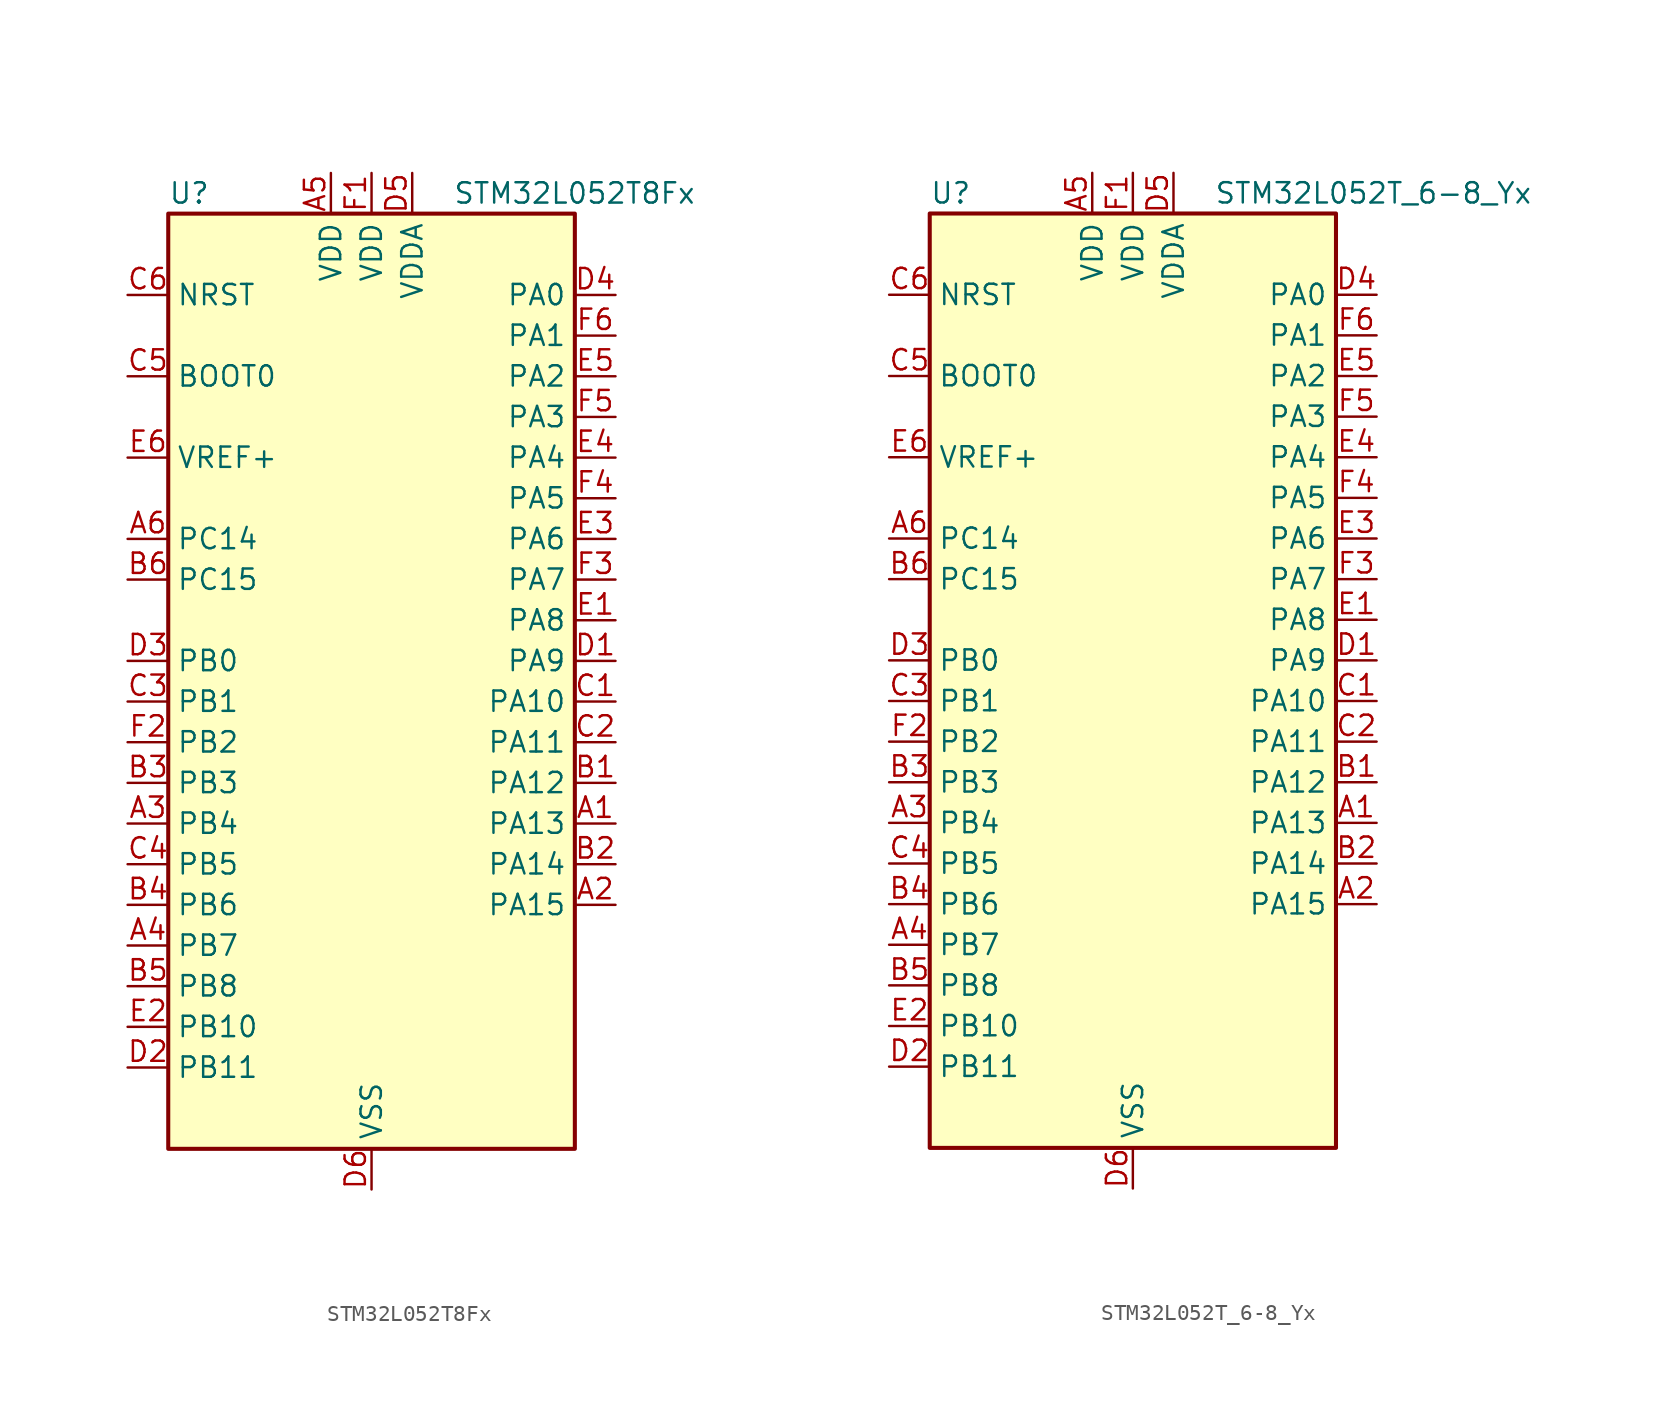
<source format=kicad_sym>
(kicad_symbol_lib
  (version 20241209)
  (generator "kicad_symbol_editor")
  (generator_version "9.0")
  (symbol "STM32L052T8Fx"
    (property "Reference" "U"
      (at -12.7 31.75 0)
      (effects (font (size 1.27 1.27)) (justify left)))
    (property "Value" "STM32L052T8Fx"
      (at 5.08 31.75 0)
      (effects (font (size 1.27 1.27)) (justify left)))
    (symbol "STM32L052T8Fx_0_1"
      (rectangle (start -12.7 -27.94) (end 12.7 30.48) (stroke (width 0.254) (type default)) (fill (type background))))
    (symbol "STM32L052T8Fx_1_1"
      (pin input line (at -15.24 25.4 0) (length 2.54) (name "NRST" (effects (font (size 1.27 1.27)))) (number "C6" (effects (font (size 1.27 1.27)))))
      (pin input line (at -15.24 20.32 0) (length 2.54) (name "BOOT0" (effects (font (size 1.27 1.27)))) (number "C5" (effects (font (size 1.27 1.27)))))
      (pin input line (at -15.24 15.24 0) (length 2.54) (name "VREF+" (effects (font (size 1.27 1.27)))) (number "E6" (effects (font (size 1.27 1.27)))))
      (pin bidirectional line (at -15.24 10.16 0) (length 2.54) (name "PC14" (effects (font (size 1.27 1.27)))) (number "A6" (effects (font (size 1.27 1.27)))) (alternate "RCC_OSC32_IN" bidirectional line))
      (pin bidirectional line (at -15.24 7.62 0) (length 2.54) (name "PC15" (effects (font (size 1.27 1.27)))) (number "B6" (effects (font (size 1.27 1.27)))) (alternate "RCC_OSC32_OUT" bidirectional line))
      (pin bidirectional line (at -15.24 2.54 0) (length 2.54) (name "PB0" (effects (font (size 1.27 1.27)))) (number "D3" (effects (font (size 1.27 1.27)))) (alternate "ADC_IN8" bidirectional line) (alternate "SYS_VREF_OUT_PB0" bidirectional line) (alternate "TSC_G3_IO2" bidirectional line))
      (pin bidirectional line (at -15.24 0 0) (length 2.54) (name "PB1" (effects (font (size 1.27 1.27)))) (number "C3" (effects (font (size 1.27 1.27)))) (alternate "ADC_IN9" bidirectional line) (alternate "LPUART1_DE" bidirectional line) (alternate "LPUART1_RTS" bidirectional line) (alternate "SYS_VREF_OUT_PB1" bidirectional line) (alternate "TSC_G3_IO3" bidirectional line))
      (pin bidirectional line (at -15.24 -2.54 0) (length 2.54) (name "PB2" (effects (font (size 1.27 1.27)))) (number "F2" (effects (font (size 1.27 1.27)))) (alternate "LPTIM1_OUT" bidirectional line) (alternate "TSC_G3_IO4" bidirectional line))
      (pin bidirectional line (at -15.24 -5.08 0) (length 2.54) (name "PB3" (effects (font (size 1.27 1.27)))) (number "B3" (effects (font (size 1.27 1.27)))) (alternate "COMP2_INM" bidirectional line) (alternate "SPI1_SCK" bidirectional line) (alternate "TIM2_CH2" bidirectional line) (alternate "TSC_G5_IO1" bidirectional line))
      (pin bidirectional line (at -15.24 -7.62 0) (length 2.54) (name "PB4" (effects (font (size 1.27 1.27)))) (number "A3" (effects (font (size 1.27 1.27)))) (alternate "COMP2_INP" bidirectional line) (alternate "SPI1_MISO" bidirectional line) (alternate "TIM22_CH1" bidirectional line) (alternate "TSC_G5_IO2" bidirectional line))
      (pin bidirectional line (at -15.24 -10.16 0) (length 2.54) (name "PB5" (effects (font (size 1.27 1.27)))) (number "C4" (effects (font (size 1.27 1.27)))) (alternate "COMP2_INP" bidirectional line) (alternate "I2C1_SMBA" bidirectional line) (alternate "LPTIM1_IN1" bidirectional line) (alternate "SPI1_MOSI" bidirectional line) (alternate "TIM22_CH2" bidirectional line))
      (pin bidirectional line (at -15.24 -12.7 0) (length 2.54) (name "PB6" (effects (font (size 1.27 1.27)))) (number "B4" (effects (font (size 1.27 1.27)))) (alternate "COMP2_INP" bidirectional line) (alternate "I2C1_SCL" bidirectional line) (alternate "LPTIM1_ETR" bidirectional line) (alternate "TSC_G5_IO3" bidirectional line) (alternate "USART1_TX" bidirectional line))
      (pin bidirectional line (at -15.24 -15.24 0) (length 2.54) (name "PB7" (effects (font (size 1.27 1.27)))) (number "A4" (effects (font (size 1.27 1.27)))) (alternate "COMP2_INP" bidirectional line) (alternate "I2C1_SDA" bidirectional line) (alternate "LPTIM1_IN2" bidirectional line) (alternate "SYS_PVD_IN" bidirectional line) (alternate "TSC_G5_IO4" bidirectional line) (alternate "USART1_RX" bidirectional line))
      (pin bidirectional line (at -15.24 -17.78 0) (length 2.54) (name "PB8" (effects (font (size 1.27 1.27)))) (number "B5" (effects (font (size 1.27 1.27)))) (alternate "I2C1_SCL" bidirectional line) (alternate "TSC_SYNC" bidirectional line))
      (pin bidirectional line (at -15.24 -20.32 0) (length 2.54) (name "PB10" (effects (font (size 1.27 1.27)))) (number "E2" (effects (font (size 1.27 1.27)))) (alternate "I2C2_SCL" bidirectional line) (alternate "LPUART1_TX" bidirectional line) (alternate "TIM2_CH3" bidirectional line) (alternate "TSC_SYNC" bidirectional line))
      (pin bidirectional line (at -15.24 -22.86 0) (length 2.54) (name "PB11" (effects (font (size 1.27 1.27)))) (number "D2" (effects (font (size 1.27 1.27)))) (alternate "ADC_EXTI11" bidirectional line) (alternate "I2C2_SDA" bidirectional line) (alternate "LPUART1_RX" bidirectional line) (alternate "TIM2_CH4" bidirectional line) (alternate "TSC_G6_IO1" bidirectional line))
      (pin power_in line (at -2.54 33.02 270) (length 2.54) (name "VDD" (effects (font (size 1.27 1.27)))) (number "A5" (effects (font (size 1.27 1.27)))))
      (pin power_in line (at 0 33.02 270) (length 2.54) (name "VDD" (effects (font (size 1.27 1.27)))) (number "F1" (effects (font (size 1.27 1.27)))))
      (pin power_in line (at 0 -30.48 90) (length 2.54) (name "VSS" (effects (font (size 1.27 1.27)))) (number "D6" (effects (font (size 1.27 1.27)))))
      (pin power_in line (at 2.54 33.02 270) (length 2.54) (name "VDDA" (effects (font (size 1.27 1.27)))) (number "D5" (effects (font (size 1.27 1.27)))))
      (pin bidirectional line (at 15.24 25.4 180) (length 2.54) (name "PA0" (effects (font (size 1.27 1.27)))) (number "D4" (effects (font (size 1.27 1.27)))) (alternate "ADC_IN0" bidirectional line) (alternate "COMP1_INM" bidirectional line) (alternate "COMP1_OUT" bidirectional line) (alternate "RTC_TAMP2" bidirectional line) (alternate "SYS_WKUP1" bidirectional line) (alternate "TIM2_CH1" bidirectional line) (alternate "TIM2_ETR" bidirectional line) (alternate "TSC_G1_IO1" bidirectional line) (alternate "USART2_CTS" bidirectional line))
      (pin bidirectional line (at 15.24 22.86 180) (length 2.54) (name "PA1" (effects (font (size 1.27 1.27)))) (number "F6" (effects (font (size 1.27 1.27)))) (alternate "ADC_IN1" bidirectional line) (alternate "COMP1_INP" bidirectional line) (alternate "TIM21_ETR" bidirectional line) (alternate "TIM2_CH2" bidirectional line) (alternate "TSC_G1_IO2" bidirectional line) (alternate "USART2_DE" bidirectional line) (alternate "USART2_RTS" bidirectional line))
      (pin bidirectional line (at 15.24 20.32 180) (length 2.54) (name "PA2" (effects (font (size 1.27 1.27)))) (number "E5" (effects (font (size 1.27 1.27)))) (alternate "ADC_IN2" bidirectional line) (alternate "COMP2_INM" bidirectional line) (alternate "COMP2_OUT" bidirectional line) (alternate "TIM21_CH1" bidirectional line) (alternate "TIM2_CH3" bidirectional line) (alternate "TSC_G1_IO3" bidirectional line) (alternate "USART2_TX" bidirectional line))
      (pin bidirectional line (at 15.24 17.78 180) (length 2.54) (name "PA3" (effects (font (size 1.27 1.27)))) (number "F5" (effects (font (size 1.27 1.27)))) (alternate "ADC_IN3" bidirectional line) (alternate "COMP2_INP" bidirectional line) (alternate "TIM21_CH2" bidirectional line) (alternate "TIM2_CH4" bidirectional line) (alternate "TSC_G1_IO4" bidirectional line) (alternate "USART2_RX" bidirectional line))
      (pin bidirectional line (at 15.24 15.24 180) (length 2.54) (name "PA4" (effects (font (size 1.27 1.27)))) (number "E4" (effects (font (size 1.27 1.27)))) (alternate "ADC_IN4" bidirectional line) (alternate "COMP1_INM" bidirectional line) (alternate "COMP2_INM" bidirectional line) (alternate "DAC_OUT1" bidirectional line) (alternate "SPI1_NSS" bidirectional line) (alternate "TIM22_ETR" bidirectional line) (alternate "TSC_G2_IO1" bidirectional line) (alternate "USART2_CK" bidirectional line))
      (pin bidirectional line (at 15.24 12.7 180) (length 2.54) (name "PA5" (effects (font (size 1.27 1.27)))) (number "F4" (effects (font (size 1.27 1.27)))) (alternate "ADC_IN5" bidirectional line) (alternate "COMP1_INM" bidirectional line) (alternate "COMP2_INM" bidirectional line) (alternate "SPI1_SCK" bidirectional line) (alternate "TIM2_CH1" bidirectional line) (alternate "TIM2_ETR" bidirectional line) (alternate "TSC_G2_IO2" bidirectional line))
      (pin bidirectional line (at 15.24 10.16 180) (length 2.54) (name "PA6" (effects (font (size 1.27 1.27)))) (number "E3" (effects (font (size 1.27 1.27)))) (alternate "ADC_IN6" bidirectional line) (alternate "COMP1_OUT" bidirectional line) (alternate "LPUART1_CTS" bidirectional line) (alternate "SPI1_MISO" bidirectional line) (alternate "TIM22_CH1" bidirectional line) (alternate "TSC_G2_IO3" bidirectional line))
      (pin bidirectional line (at 15.24 7.62 180) (length 2.54) (name "PA7" (effects (font (size 1.27 1.27)))) (number "F3" (effects (font (size 1.27 1.27)))) (alternate "ADC_IN7" bidirectional line) (alternate "COMP2_OUT" bidirectional line) (alternate "SPI1_MOSI" bidirectional line) (alternate "TIM22_CH2" bidirectional line) (alternate "TSC_G2_IO4" bidirectional line))
      (pin bidirectional line (at 15.24 5.08 180) (length 2.54) (name "PA8" (effects (font (size 1.27 1.27)))) (number "E1" (effects (font (size 1.27 1.27)))) (alternate "CRS_SYNC" bidirectional line) (alternate "RCC_MCO" bidirectional line) (alternate "USART1_CK" bidirectional line))
      (pin bidirectional line (at 15.24 2.54 180) (length 2.54) (name "PA9" (effects (font (size 1.27 1.27)))) (number "D1" (effects (font (size 1.27 1.27)))) (alternate "DAC_EXTI9" bidirectional line) (alternate "RCC_MCO" bidirectional line) (alternate "TSC_G4_IO1" bidirectional line) (alternate "USART1_TX" bidirectional line))
      (pin bidirectional line (at 15.24 0 180) (length 2.54) (name "PA10" (effects (font (size 1.27 1.27)))) (number "C1" (effects (font (size 1.27 1.27)))) (alternate "TSC_G4_IO2" bidirectional line) (alternate "USART1_RX" bidirectional line))
      (pin bidirectional line (at 15.24 -2.54 180) (length 2.54) (name "PA11" (effects (font (size 1.27 1.27)))) (number "C2" (effects (font (size 1.27 1.27)))) (alternate "ADC_EXTI11" bidirectional line) (alternate "COMP1_OUT" bidirectional line) (alternate "SPI1_MISO" bidirectional line) (alternate "TSC_G4_IO3" bidirectional line) (alternate "USART1_CTS" bidirectional line) (alternate "USB_DM" bidirectional line))
      (pin bidirectional line (at 15.24 -5.08 180) (length 2.54) (name "PA12" (effects (font (size 1.27 1.27)))) (number "B1" (effects (font (size 1.27 1.27)))) (alternate "COMP2_OUT" bidirectional line) (alternate "SPI1_MOSI" bidirectional line) (alternate "TSC_G4_IO4" bidirectional line) (alternate "USART1_DE" bidirectional line) (alternate "USART1_RTS" bidirectional line) (alternate "USB_DP" bidirectional line))
      (pin bidirectional line (at 15.24 -7.62 180) (length 2.54) (name "PA13" (effects (font (size 1.27 1.27)))) (number "A1" (effects (font (size 1.27 1.27)))) (alternate "SYS_SWDIO" bidirectional line) (alternate "USB_NOE" bidirectional line))
      (pin bidirectional line (at 15.24 -10.16 180) (length 2.54) (name "PA14" (effects (font (size 1.27 1.27)))) (number "B2" (effects (font (size 1.27 1.27)))) (alternate "SYS_SWCLK" bidirectional line) (alternate "USART2_TX" bidirectional line))
      (pin bidirectional line (at 15.24 -12.7 180) (length 2.54) (name "PA15" (effects (font (size 1.27 1.27)))) (number "A2" (effects (font (size 1.27 1.27)))) (alternate "SPI1_NSS" bidirectional line) (alternate "TIM2_CH1" bidirectional line) (alternate "TIM2_ETR" bidirectional line) (alternate "USART2_RX" bidirectional line))))
  (symbol "STM32L052T_6-8_Yx"
    (property "Reference" "U"
      (at -12.7 31.75 0)
      (effects (font (size 1.27 1.27)) (justify left)))
    (property "Value" "STM32L052T_6-8_Yx"
      (at 5.08 31.75 0)
      (effects (font (size 1.27 1.27)) (justify left)))
    (symbol "STM32L052T_6-8_Yx_0_1"
      (rectangle (start -12.7 -27.94) (end 12.7 30.48) (stroke (width 0.254) (type default)) (fill (type background))))
    (symbol "STM32L052T_6-8_Yx_1_1"
      (pin input line (at -15.24 25.4 0) (length 2.54) (name "NRST" (effects (font (size 1.27 1.27)))) (number "C6" (effects (font (size 1.27 1.27)))))
      (pin input line (at -15.24 20.32 0) (length 2.54) (name "BOOT0" (effects (font (size 1.27 1.27)))) (number "C5" (effects (font (size 1.27 1.27)))))
      (pin input line (at -15.24 15.24 0) (length 2.54) (name "VREF+" (effects (font (size 1.27 1.27)))) (number "E6" (effects (font (size 1.27 1.27)))))
      (pin bidirectional line (at -15.24 10.16 0) (length 2.54) (name "PC14" (effects (font (size 1.27 1.27)))) (number "A6" (effects (font (size 1.27 1.27)))) (alternate "RCC_OSC32_IN" bidirectional line))
      (pin bidirectional line (at -15.24 7.62 0) (length 2.54) (name "PC15" (effects (font (size 1.27 1.27)))) (number "B6" (effects (font (size 1.27 1.27)))) (alternate "RCC_OSC32_OUT" bidirectional line))
      (pin bidirectional line (at -15.24 2.54 0) (length 2.54) (name "PB0" (effects (font (size 1.27 1.27)))) (number "D3" (effects (font (size 1.27 1.27)))) (alternate "ADC_IN8" bidirectional line) (alternate "SYS_VREF_OUT_PB0" bidirectional line) (alternate "TSC_G3_IO2" bidirectional line))
      (pin bidirectional line (at -15.24 0 0) (length 2.54) (name "PB1" (effects (font (size 1.27 1.27)))) (number "C3" (effects (font (size 1.27 1.27)))) (alternate "ADC_IN9" bidirectional line) (alternate "LPUART1_DE" bidirectional line) (alternate "LPUART1_RTS" bidirectional line) (alternate "SYS_VREF_OUT_PB1" bidirectional line) (alternate "TSC_G3_IO3" bidirectional line))
      (pin bidirectional line (at -15.24 -2.54 0) (length 2.54) (name "PB2" (effects (font (size 1.27 1.27)))) (number "F2" (effects (font (size 1.27 1.27)))) (alternate "LPTIM1_OUT" bidirectional line) (alternate "TSC_G3_IO4" bidirectional line))
      (pin bidirectional line (at -15.24 -5.08 0) (length 2.54) (name "PB3" (effects (font (size 1.27 1.27)))) (number "B3" (effects (font (size 1.27 1.27)))) (alternate "COMP2_INM" bidirectional line) (alternate "SPI1_SCK" bidirectional line) (alternate "TIM2_CH2" bidirectional line) (alternate "TSC_G5_IO1" bidirectional line))
      (pin bidirectional line (at -15.24 -7.62 0) (length 2.54) (name "PB4" (effects (font (size 1.27 1.27)))) (number "A3" (effects (font (size 1.27 1.27)))) (alternate "COMP2_INP" bidirectional line) (alternate "SPI1_MISO" bidirectional line) (alternate "TIM22_CH1" bidirectional line) (alternate "TSC_G5_IO2" bidirectional line))
      (pin bidirectional line (at -15.24 -10.16 0) (length 2.54) (name "PB5" (effects (font (size 1.27 1.27)))) (number "C4" (effects (font (size 1.27 1.27)))) (alternate "COMP2_INP" bidirectional line) (alternate "I2C1_SMBA" bidirectional line) (alternate "LPTIM1_IN1" bidirectional line) (alternate "SPI1_MOSI" bidirectional line) (alternate "TIM22_CH2" bidirectional line))
      (pin bidirectional line (at -15.24 -12.7 0) (length 2.54) (name "PB6" (effects (font (size 1.27 1.27)))) (number "B4" (effects (font (size 1.27 1.27)))) (alternate "COMP2_INP" bidirectional line) (alternate "I2C1_SCL" bidirectional line) (alternate "LPTIM1_ETR" bidirectional line) (alternate "TSC_G5_IO3" bidirectional line) (alternate "USART1_TX" bidirectional line))
      (pin bidirectional line (at -15.24 -15.24 0) (length 2.54) (name "PB7" (effects (font (size 1.27 1.27)))) (number "A4" (effects (font (size 1.27 1.27)))) (alternate "COMP2_INP" bidirectional line) (alternate "I2C1_SDA" bidirectional line) (alternate "LPTIM1_IN2" bidirectional line) (alternate "SYS_PVD_IN" bidirectional line) (alternate "TSC_G5_IO4" bidirectional line) (alternate "USART1_RX" bidirectional line))
      (pin bidirectional line (at -15.24 -17.78 0) (length 2.54) (name "PB8" (effects (font (size 1.27 1.27)))) (number "B5" (effects (font (size 1.27 1.27)))) (alternate "I2C1_SCL" bidirectional line) (alternate "TSC_SYNC" bidirectional line))
      (pin bidirectional line (at -15.24 -20.32 0) (length 2.54) (name "PB10" (effects (font (size 1.27 1.27)))) (number "E2" (effects (font (size 1.27 1.27)))) (alternate "I2C2_SCL" bidirectional line) (alternate "LPUART1_TX" bidirectional line) (alternate "TIM2_CH3" bidirectional line) (alternate "TSC_SYNC" bidirectional line))
      (pin bidirectional line (at -15.24 -22.86 0) (length 2.54) (name "PB11" (effects (font (size 1.27 1.27)))) (number "D2" (effects (font (size 1.27 1.27)))) (alternate "ADC_EXTI11" bidirectional line) (alternate "I2C2_SDA" bidirectional line) (alternate "LPUART1_RX" bidirectional line) (alternate "TIM2_CH4" bidirectional line) (alternate "TSC_G6_IO1" bidirectional line))
      (pin power_in line (at -2.54 33.02 270) (length 2.54) (name "VDD" (effects (font (size 1.27 1.27)))) (number "A5" (effects (font (size 1.27 1.27)))))
      (pin power_in line (at 0 33.02 270) (length 2.54) (name "VDD" (effects (font (size 1.27 1.27)))) (number "F1" (effects (font (size 1.27 1.27)))))
      (pin power_in line (at 0 -30.48 90) (length 2.54) (name "VSS" (effects (font (size 1.27 1.27)))) (number "D6" (effects (font (size 1.27 1.27)))))
      (pin power_in line (at 2.54 33.02 270) (length 2.54) (name "VDDA" (effects (font (size 1.27 1.27)))) (number "D5" (effects (font (size 1.27 1.27)))))
      (pin bidirectional line (at 15.24 25.4 180) (length 2.54) (name "PA0" (effects (font (size 1.27 1.27)))) (number "D4" (effects (font (size 1.27 1.27)))) (alternate "ADC_IN0" bidirectional line) (alternate "COMP1_INM" bidirectional line) (alternate "COMP1_OUT" bidirectional line) (alternate "RTC_TAMP2" bidirectional line) (alternate "SYS_WKUP1" bidirectional line) (alternate "TIM2_CH1" bidirectional line) (alternate "TIM2_ETR" bidirectional line) (alternate "TSC_G1_IO1" bidirectional line) (alternate "USART2_CTS" bidirectional line))
      (pin bidirectional line (at 15.24 22.86 180) (length 2.54) (name "PA1" (effects (font (size 1.27 1.27)))) (number "F6" (effects (font (size 1.27 1.27)))) (alternate "ADC_IN1" bidirectional line) (alternate "COMP1_INP" bidirectional line) (alternate "TIM21_ETR" bidirectional line) (alternate "TIM2_CH2" bidirectional line) (alternate "TSC_G1_IO2" bidirectional line) (alternate "USART2_DE" bidirectional line) (alternate "USART2_RTS" bidirectional line))
      (pin bidirectional line (at 15.24 20.32 180) (length 2.54) (name "PA2" (effects (font (size 1.27 1.27)))) (number "E5" (effects (font (size 1.27 1.27)))) (alternate "ADC_IN2" bidirectional line) (alternate "COMP2_INM" bidirectional line) (alternate "COMP2_OUT" bidirectional line) (alternate "TIM21_CH1" bidirectional line) (alternate "TIM2_CH3" bidirectional line) (alternate "TSC_G1_IO3" bidirectional line) (alternate "USART2_TX" bidirectional line))
      (pin bidirectional line (at 15.24 17.78 180) (length 2.54) (name "PA3" (effects (font (size 1.27 1.27)))) (number "F5" (effects (font (size 1.27 1.27)))) (alternate "ADC_IN3" bidirectional line) (alternate "COMP2_INP" bidirectional line) (alternate "TIM21_CH2" bidirectional line) (alternate "TIM2_CH4" bidirectional line) (alternate "TSC_G1_IO4" bidirectional line) (alternate "USART2_RX" bidirectional line))
      (pin bidirectional line (at 15.24 15.24 180) (length 2.54) (name "PA4" (effects (font (size 1.27 1.27)))) (number "E4" (effects (font (size 1.27 1.27)))) (alternate "ADC_IN4" bidirectional line) (alternate "COMP1_INM" bidirectional line) (alternate "COMP2_INM" bidirectional line) (alternate "DAC_OUT1" bidirectional line) (alternate "SPI1_NSS" bidirectional line) (alternate "TIM22_ETR" bidirectional line) (alternate "TSC_G2_IO1" bidirectional line) (alternate "USART2_CK" bidirectional line))
      (pin bidirectional line (at 15.24 12.7 180) (length 2.54) (name "PA5" (effects (font (size 1.27 1.27)))) (number "F4" (effects (font (size 1.27 1.27)))) (alternate "ADC_IN5" bidirectional line) (alternate "COMP1_INM" bidirectional line) (alternate "COMP2_INM" bidirectional line) (alternate "SPI1_SCK" bidirectional line) (alternate "TIM2_CH1" bidirectional line) (alternate "TIM2_ETR" bidirectional line) (alternate "TSC_G2_IO2" bidirectional line))
      (pin bidirectional line (at 15.24 10.16 180) (length 2.54) (name "PA6" (effects (font (size 1.27 1.27)))) (number "E3" (effects (font (size 1.27 1.27)))) (alternate "ADC_IN6" bidirectional line) (alternate "COMP1_OUT" bidirectional line) (alternate "LPUART1_CTS" bidirectional line) (alternate "SPI1_MISO" bidirectional line) (alternate "TIM22_CH1" bidirectional line) (alternate "TSC_G2_IO3" bidirectional line))
      (pin bidirectional line (at 15.24 7.62 180) (length 2.54) (name "PA7" (effects (font (size 1.27 1.27)))) (number "F3" (effects (font (size 1.27 1.27)))) (alternate "ADC_IN7" bidirectional line) (alternate "COMP2_OUT" bidirectional line) (alternate "SPI1_MOSI" bidirectional line) (alternate "TIM22_CH2" bidirectional line) (alternate "TSC_G2_IO4" bidirectional line))
      (pin bidirectional line (at 15.24 5.08 180) (length 2.54) (name "PA8" (effects (font (size 1.27 1.27)))) (number "E1" (effects (font (size 1.27 1.27)))) (alternate "CRS_SYNC" bidirectional line) (alternate "RCC_MCO" bidirectional line) (alternate "USART1_CK" bidirectional line))
      (pin bidirectional line (at 15.24 2.54 180) (length 2.54) (name "PA9" (effects (font (size 1.27 1.27)))) (number "D1" (effects (font (size 1.27 1.27)))) (alternate "DAC_EXTI9" bidirectional line) (alternate "RCC_MCO" bidirectional line) (alternate "TSC_G4_IO1" bidirectional line) (alternate "USART1_TX" bidirectional line))
      (pin bidirectional line (at 15.24 0 180) (length 2.54) (name "PA10" (effects (font (size 1.27 1.27)))) (number "C1" (effects (font (size 1.27 1.27)))) (alternate "TSC_G4_IO2" bidirectional line) (alternate "USART1_RX" bidirectional line))
      (pin bidirectional line (at 15.24 -2.54 180) (length 2.54) (name "PA11" (effects (font (size 1.27 1.27)))) (number "C2" (effects (font (size 1.27 1.27)))) (alternate "ADC_EXTI11" bidirectional line) (alternate "COMP1_OUT" bidirectional line) (alternate "SPI1_MISO" bidirectional line) (alternate "TSC_G4_IO3" bidirectional line) (alternate "USART1_CTS" bidirectional line) (alternate "USB_DM" bidirectional line))
      (pin bidirectional line (at 15.24 -5.08 180) (length 2.54) (name "PA12" (effects (font (size 1.27 1.27)))) (number "B1" (effects (font (size 1.27 1.27)))) (alternate "COMP2_OUT" bidirectional line) (alternate "SPI1_MOSI" bidirectional line) (alternate "TSC_G4_IO4" bidirectional line) (alternate "USART1_DE" bidirectional line) (alternate "USART1_RTS" bidirectional line) (alternate "USB_DP" bidirectional line))
      (pin bidirectional line (at 15.24 -7.62 180) (length 2.54) (name "PA13" (effects (font (size 1.27 1.27)))) (number "A1" (effects (font (size 1.27 1.27)))) (alternate "SYS_SWDIO" bidirectional line) (alternate "USB_NOE" bidirectional line))
      (pin bidirectional line (at 15.24 -10.16 180) (length 2.54) (name "PA14" (effects (font (size 1.27 1.27)))) (number "B2" (effects (font (size 1.27 1.27)))) (alternate "SYS_SWCLK" bidirectional line) (alternate "USART2_TX" bidirectional line))
      (pin bidirectional line (at 15.24 -12.7 180) (length 2.54) (name "PA15" (effects (font (size 1.27 1.27)))) (number "A2" (effects (font (size 1.27 1.27)))) (alternate "SPI1_NSS" bidirectional line) (alternate "TIM2_CH1" bidirectional line) (alternate "TIM2_ETR" bidirectional line) (alternate "USART2_RX" bidirectional line)))))
</source>
